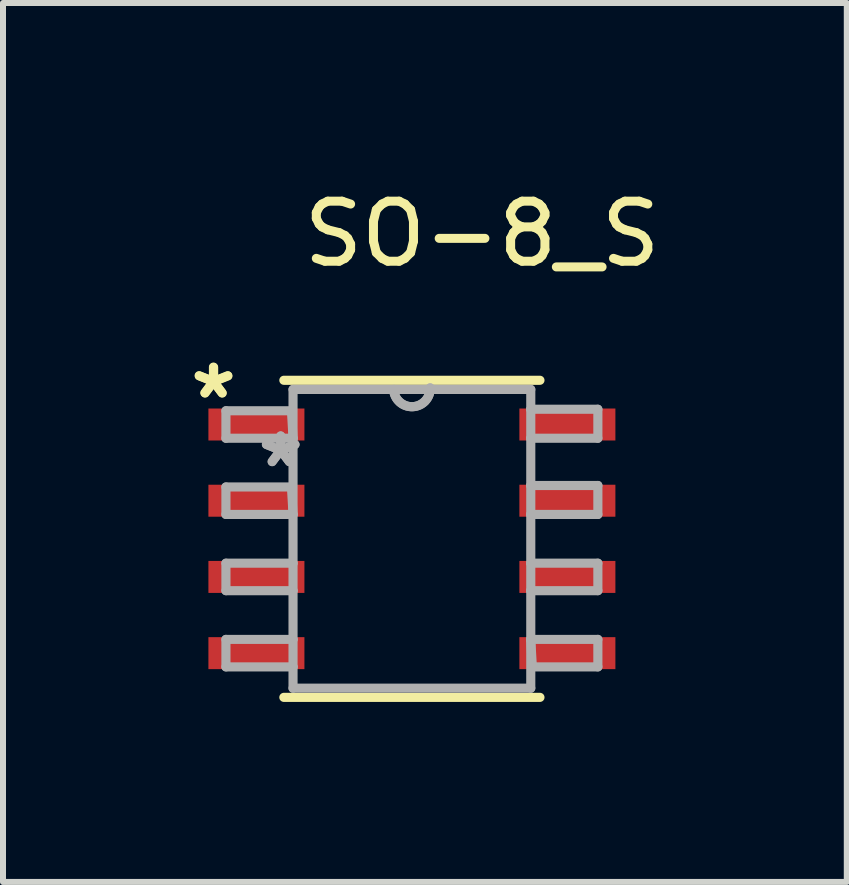
<source format=kicad_pcb>
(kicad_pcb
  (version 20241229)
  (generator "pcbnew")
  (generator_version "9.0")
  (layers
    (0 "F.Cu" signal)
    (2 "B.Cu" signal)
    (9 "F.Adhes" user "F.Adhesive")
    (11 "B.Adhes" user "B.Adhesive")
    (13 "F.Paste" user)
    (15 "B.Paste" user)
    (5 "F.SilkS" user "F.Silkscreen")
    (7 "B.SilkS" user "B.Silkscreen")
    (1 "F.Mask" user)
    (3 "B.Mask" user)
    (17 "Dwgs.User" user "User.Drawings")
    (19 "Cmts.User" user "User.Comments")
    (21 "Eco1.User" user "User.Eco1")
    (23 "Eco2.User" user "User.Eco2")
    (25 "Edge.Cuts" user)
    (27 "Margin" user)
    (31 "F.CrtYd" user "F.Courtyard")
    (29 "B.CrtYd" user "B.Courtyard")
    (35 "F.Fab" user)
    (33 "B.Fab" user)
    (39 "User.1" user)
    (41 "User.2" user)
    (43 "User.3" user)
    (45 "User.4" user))
  (footprint "SO-8_S"
    (layer "F.Cu")
    (at 3.814 5.929)
    (property "Reference" "SO-8_S" (at 1.169 -5.081 0) (layer "F.SilkS") (effects (font (size 1 1) (thickness 0.15))))
    (attr smd)
    (fp_line (start -2.134 2.642) (end 2.134 2.642) (stroke (width 0.152) (type solid)) (layer "F.SilkS"))
    (fp_line (start 2.134 -2.642) (end -2.134 -2.642) (stroke (width 0.152) (type solid)) (layer "F.SilkS"))
    (fp_line (start -3.099 -2.134) (end -3.099 -1.676) (stroke (width 0.152) (type solid)) (layer "F.Fab"))
    (fp_line (start -3.099 -1.676) (end -1.981 -1.676) (stroke (width 0.152) (type solid)) (layer "F.Fab"))
    (fp_line (start -3.099 -0.864) (end -3.099 -0.406) (stroke (width 0.152) (type solid)) (layer "F.Fab"))
    (fp_line (start -3.099 -0.406) (end -1.981 -0.406) (stroke (width 0.152) (type solid)) (layer "F.Fab"))
    (fp_line (start -3.099 0.406) (end -3.099 0.864) (stroke (width 0.152) (type solid)) (layer "F.Fab"))
    (fp_line (start -3.099 0.864) (end -1.981 0.864) (stroke (width 0.152) (type solid)) (layer "F.Fab"))
    (fp_line (start -3.099 1.676) (end -3.099 2.134) (stroke (width 0.152) (type solid)) (layer "F.Fab"))
    (fp_line (start -3.099 2.134) (end -1.981 2.134) (stroke (width 0.152) (type solid)) (layer "F.Fab"))
    (fp_line (start -2.007 -2.134) (end -3.099 -2.134) (stroke (width 0.152) (type solid)) (layer "F.Fab"))
    (fp_line (start -2.007 -0.864) (end -3.099 -0.864) (stroke (width 0.152) (type solid)) (layer "F.Fab"))
    (fp_line (start -1.981 -2.489) (end -1.981 -1.676) (stroke (width 0.152) (type solid)) (layer "F.Fab"))
    (fp_line (start -1.981 -1.676) (end -2.007 -2.134) (stroke (width 0.152) (type solid)) (layer "F.Fab"))
    (fp_line (start -1.981 -1.676) (end -1.981 -0.406) (stroke (width 0.152) (type solid)) (layer "F.Fab"))
    (fp_line (start -1.981 -0.406) (end -2.007 -0.864) (stroke (width 0.152) (type solid)) (layer "F.Fab"))
    (fp_line (start -1.981 -0.406) (end -1.981 0.406) (stroke (width 0.152) (type solid)) (layer "F.Fab"))
    (fp_line (start -1.981 0.406) (end -3.099 0.406) (stroke (width 0.152) (type solid)) (layer "F.Fab"))
    (fp_line (start -1.981 0.406) (end -1.981 0.864) (stroke (width 0.152) (type solid)) (layer "F.Fab"))
    (fp_line (start -1.981 0.864) (end -1.981 1.676) (stroke (width 0.152) (type solid)) (layer "F.Fab"))
    (fp_line (start -1.981 1.676) (end -3.099 1.676) (stroke (width 0.152) (type solid)) (layer "F.Fab"))
    (fp_line (start -1.981 2.134) (end -1.981 1.676) (stroke (width 0.152) (type solid)) (layer "F.Fab"))
    (fp_line (start -1.981 2.134) (end -1.981 2.489) (stroke (width 0.152) (type solid)) (layer "F.Fab"))
    (fp_line (start -1.981 2.489) (end 1.981 2.489) (stroke (width 0.152) (type solid)) (layer "F.Fab"))
    (fp_line (start -0.305 -2.489) (end -1.981 -2.489) (stroke (width 0.152) (type solid)) (layer "F.Fab"))
    (fp_line (start 1.981 -2.489) (end -0.305 -2.489) (stroke (width 0.152) (type solid)) (layer "F.Fab"))
    (fp_line (start 1.981 -2.159) (end 1.981 -2.489) (stroke (width 0.152) (type solid)) (layer "F.Fab"))
    (fp_line (start 1.981 -2.159) (end 1.981 -1.676) (stroke (width 0.152) (type solid)) (layer "F.Fab"))
    (fp_line (start 1.981 -1.676) (end 3.099 -1.676) (stroke (width 0.152) (type solid)) (layer "F.Fab"))
    (fp_line (start 1.981 -0.889) (end 1.981 -1.676) (stroke (width 0.152) (type solid)) (layer "F.Fab"))
    (fp_line (start 1.981 -0.889) (end 1.981 -0.406) (stroke (width 0.152) (type solid)) (layer "F.Fab"))
    (fp_line (start 1.981 -0.406) (end 3.099 -0.406) (stroke (width 0.152) (type solid)) (layer "F.Fab"))
    (fp_line (start 1.981 0.406) (end 1.981 -0.406) (stroke (width 0.152) (type solid)) (layer "F.Fab"))
    (fp_line (start 1.981 0.406) (end 1.981 0.864) (stroke (width 0.152) (type solid)) (layer "F.Fab"))
    (fp_line (start 1.981 0.864) (end 3.099 0.864) (stroke (width 0.152) (type solid)) (layer "F.Fab"))
    (fp_line (start 1.981 1.676) (end 1.981 0.864) (stroke (width 0.152) (type solid)) (layer "F.Fab"))
    (fp_line (start 1.981 1.676) (end 2.007 2.134) (stroke (width 0.152) (type solid)) (layer "F.Fab"))
    (fp_line (start 1.981 2.489) (end 1.981 1.676) (stroke (width 0.152) (type solid)) (layer "F.Fab"))
    (fp_line (start 2.007 2.134) (end 3.099 2.134) (stroke (width 0.152) (type solid)) (layer "F.Fab"))
    (fp_line (start 3.099 -2.159) (end 1.981 -2.159) (stroke (width 0.152) (type solid)) (layer "F.Fab"))
    (fp_line (start 3.099 -1.676) (end 3.099 -2.159) (stroke (width 0.152) (type solid)) (layer "F.Fab"))
    (fp_line (start 3.099 -0.889) (end 1.981 -0.889) (stroke (width 0.152) (type solid)) (layer "F.Fab"))
    (fp_line (start 3.099 -0.406) (end 3.099 -0.889) (stroke (width 0.152) (type solid)) (layer "F.Fab"))
    (fp_line (start 3.099 0.406) (end 1.981 0.406) (stroke (width 0.152) (type solid)) (layer "F.Fab"))
    (fp_line (start 3.099 0.864) (end 3.099 0.406) (stroke (width 0.152) (type solid)) (layer "F.Fab"))
    (fp_line (start 3.099 1.676) (end 1.981 1.676) (stroke (width 0.152) (type solid)) (layer "F.Fab"))
    (fp_line (start 3.099 2.134) (end 3.099 1.676) (stroke (width 0.152) (type solid)) (layer "F.Fab"))
    (fp_arc (start 0.3048 -2.5146) (mid 0.0127 -2.1971) (end -0.3048 -2.4892) (stroke (width 0.1524) (type solid)) (layer "F.Fab"))
    (fp_arc (start 0.3048 -2.5146) (mid 0.0127 -2.1971) (end -0.3048 -2.4892) (stroke (width 0.1524) (type solid)) (layer "F.Fab"))
    (fp_text user "*" (at -3.303 -2.312 0) (layer "F.SilkS") (effects (font (size 1 1) (thickness 0.15))))
    (fp_text user "*" (at -3.308 -2.316 0) (layer "F.SilkS") (effects (font (size 1.002 1.002) (thickness 0.15))))
    (fp_text user "*" (at -2.188 -1.17 0) (layer "F.Fab") (effects (font (size 1.002 1.002) (thickness 0.15))))
    (fp_text user "*" (at -2.184 -1.168 0) (layer "F.Fab") (effects (font (size 1 1) (thickness 0.15))))
    (pad "1" smd rect (at -2.591 -1.905) (size 1.6 0.533) (layers "F.Cu" "F.Mask" "F.Paste"))
    (pad "2" smd rect (at -2.591 -0.635) (size 1.6 0.533) (layers "F.Cu" "F.Mask" "F.Paste"))
    (pad "3" smd rect (at -2.591 0.635) (size 1.6 0.533) (layers "F.Cu" "F.Mask" "F.Paste"))
    (pad "4" smd rect (at -2.591 1.905) (size 1.6 0.533) (layers "F.Cu" "F.Mask" "F.Paste"))
    (pad "5" smd rect (at 2.591 1.905) (size 1.6 0.533) (layers "F.Cu" "F.Mask" "F.Paste"))
    (pad "6" smd rect (at 2.591 0.635) (size 1.6 0.533) (layers "F.Cu" "F.Mask" "F.Paste"))
    (pad "7" smd rect (at 2.591 -0.635) (size 1.6 0.533) (layers "F.Cu" "F.Mask" "F.Paste"))
    (pad "8" smd rect (at 2.591 -1.905) (size 1.6 0.533) (layers "F.Cu" "F.Mask" "F.Paste")))
  (gr_rect
    (start -3 -3)
    (end 11.061 11.647)
    (stroke (width 0.1) (type default))
    (fill no)
    (layer "Edge.Cuts")))
</source>
